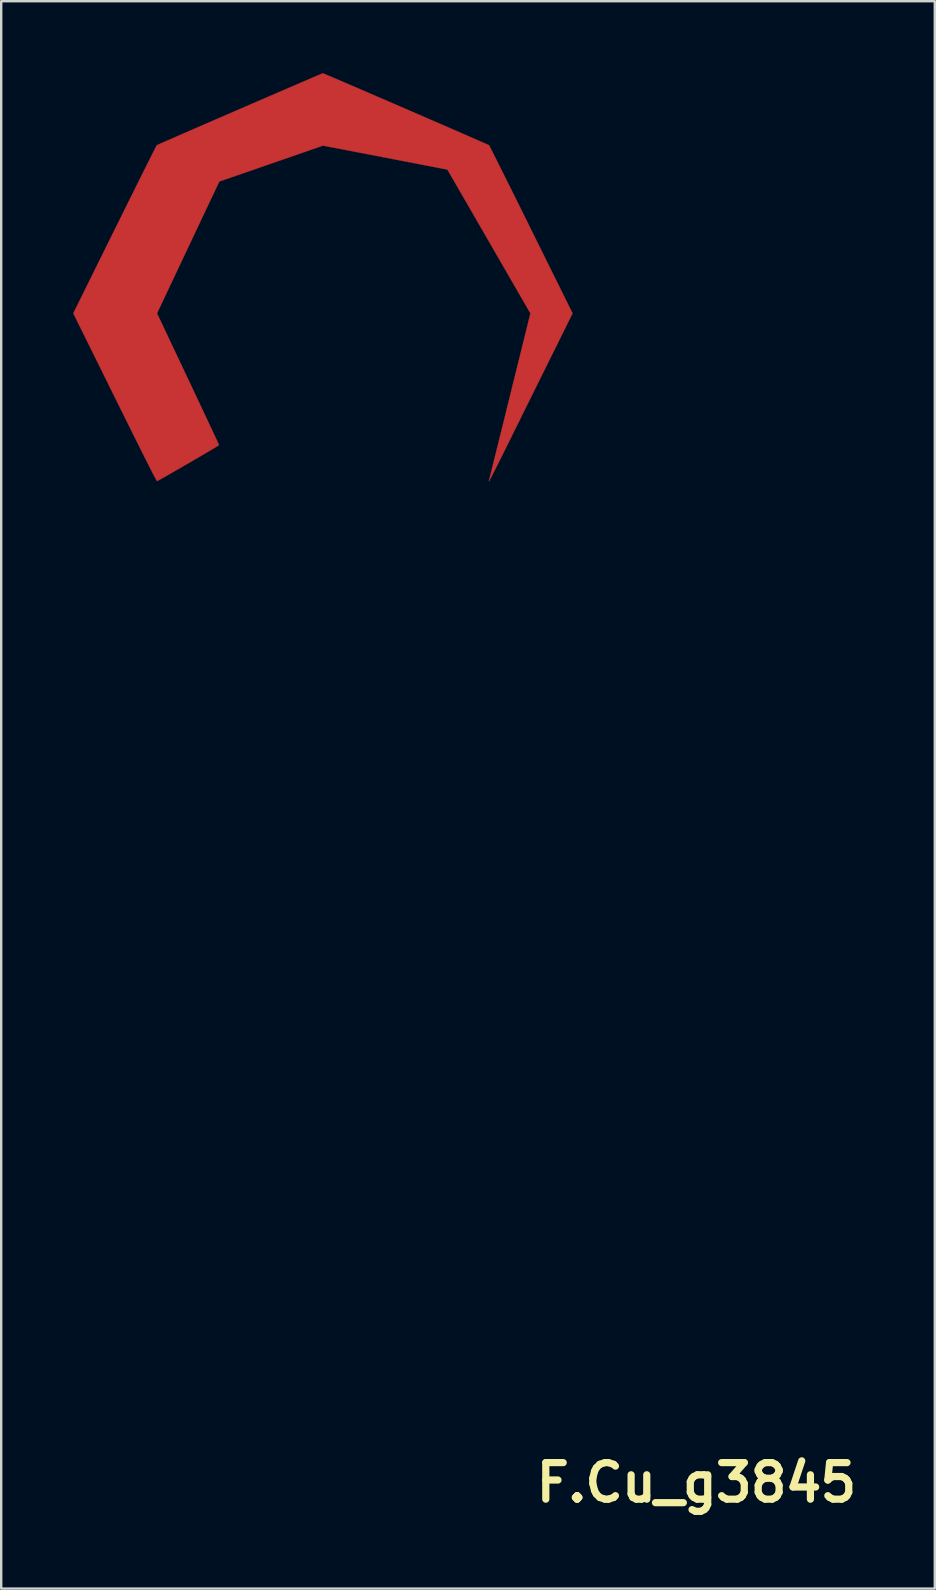
<source format=kicad_pcb>
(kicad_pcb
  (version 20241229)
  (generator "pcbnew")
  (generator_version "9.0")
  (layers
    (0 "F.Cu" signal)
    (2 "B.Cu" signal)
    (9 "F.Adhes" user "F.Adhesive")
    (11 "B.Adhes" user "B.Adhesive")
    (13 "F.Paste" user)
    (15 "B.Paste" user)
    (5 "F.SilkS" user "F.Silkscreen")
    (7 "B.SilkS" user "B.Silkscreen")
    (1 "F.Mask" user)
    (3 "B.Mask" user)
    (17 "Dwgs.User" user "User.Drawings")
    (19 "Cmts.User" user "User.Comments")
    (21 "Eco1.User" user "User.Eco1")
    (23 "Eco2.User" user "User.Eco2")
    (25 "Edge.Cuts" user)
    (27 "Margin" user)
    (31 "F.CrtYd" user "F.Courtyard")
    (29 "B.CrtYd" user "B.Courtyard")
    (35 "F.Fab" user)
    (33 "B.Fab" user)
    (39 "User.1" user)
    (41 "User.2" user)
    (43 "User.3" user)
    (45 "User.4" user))
  (footprint "F.Cu_g3845"
    (layer "F.Cu")
    (at 25.977 58.749)
    (property "Reference" "F.Cu_g3845" (at 0 0 0) (layer "F.SilkS") (effects (font (size 1.524 1.524) (thickness 0.3))))
    (attr through_hole)
    (fp_poly (pts (xy -15.546 -58.736) (xy -15.488 -58.712) (xy -15.395 -58.673) (xy -15.271 -58.62) (xy -15.118 -58.555) (xy -14.937 -58.478) (xy -14.733 -58.39) (xy -14.506 -58.292) (xy -14.259 -58.186) (xy -13.996 -58.073) (xy -13.717 -57.952) (xy -13.426 -57.827) (xy -13.124 -57.696) (xy -12.815 -57.563) (xy -12.5 -57.427) (xy -12.183 -57.289) (xy -11.865 -57.151) (xy -11.549 -57.014) (xy -11.236 -56.879) (xy -10.931 -56.746) (xy -10.634 -56.618) (xy -10.349 -56.494) (xy -10.078 -56.376) (xy -9.823 -56.264) (xy -9.586 -56.161) (xy -9.37 -56.067) (xy -9.177 -55.983) (xy -9.011 -55.91) (xy -8.872 -55.849) (xy -8.764 -55.801) (xy -8.688 -55.767) (xy -8.648 -55.748) (xy -8.642 -55.745) (xy -8.63 -55.724) (xy -8.6 -55.667) (xy -8.554 -55.575) (xy -8.491 -55.451) (xy -8.414 -55.297) (xy -8.322 -55.115) (xy -8.218 -54.906) (xy -8.101 -54.672) (xy -7.973 -54.415) (xy -7.835 -54.137) (xy -7.687 -53.841) (xy -7.531 -53.527) (xy -7.368 -53.198) (xy -7.198 -52.855) (xy -7.023 -52.501) (xy -6.889 -52.23) (xy -5.161 -48.739) (xy -5.99 -47.065) (xy -6.134 -46.776) (xy -6.292 -46.456) (xy -6.463 -46.111) (xy -6.642 -45.75) (xy -6.825 -45.379) (xy -7.011 -45.005) (xy -7.194 -44.634) (xy -7.371 -44.275) (xy -7.54 -43.933) (xy -7.697 -43.617) (xy -7.722 -43.566) (xy -7.85 -43.307) (xy -7.974 -43.058) (xy -8.091 -42.823) (xy -8.2 -42.604) (xy -8.3 -42.404) (xy -8.39 -42.225) (xy -8.469 -42.07) (xy -8.534 -41.942) (xy -8.585 -41.843) (xy -8.621 -41.776) (xy -8.639 -41.744) (xy -8.642 -41.741) (xy -8.652 -41.753) (xy -8.65 -41.757) (xy -8.644 -41.778) (xy -8.629 -41.839) (xy -8.604 -41.937) (xy -8.571 -42.07) (xy -8.529 -42.235) (xy -8.481 -42.43) (xy -8.425 -42.654) (xy -8.363 -42.904) (xy -8.295 -43.178) (xy -8.221 -43.474) (xy -8.143 -43.79) (xy -8.06 -44.124) (xy -7.973 -44.473) (xy -7.884 -44.836) (xy -7.791 -45.21) (xy -7.78 -45.255) (xy -6.919 -48.738) (xy -8.647 -51.732) (xy -8.837 -52.061) (xy -9.021 -52.379) (xy -9.197 -52.685) (xy -9.366 -52.978) (xy -9.526 -53.254) (xy -9.676 -53.513) (xy -9.814 -53.753) (xy -9.94 -53.971) (xy -10.052 -54.165) (xy -10.15 -54.334) (xy -10.232 -54.475) (xy -10.296 -54.587) (xy -10.343 -54.668) (xy -10.371 -54.716) (xy -10.379 -54.73) (xy -10.4 -54.734) (xy -10.46 -54.746) (xy -10.556 -54.765) (xy -10.687 -54.79) (xy -10.849 -54.821) (xy -11.04 -54.858) (xy -11.258 -54.9) (xy -11.5 -54.947) (xy -11.763 -54.998) (xy -12.046 -55.053) (xy -12.345 -55.11) (xy -12.658 -55.171) (xy -12.972 -55.231) (xy -15.562 -55.729) (xy -17.724 -54.981) (xy -19.886 -54.233) (xy -21.145 -51.569) (xy -21.296 -51.251) (xy -21.441 -50.943) (xy -21.581 -50.647) (xy -21.714 -50.365) (xy -21.84 -50.099) (xy -21.957 -49.852) (xy -22.063 -49.626) (xy -22.159 -49.423) (xy -22.243 -49.245) (xy -22.313 -49.096) (xy -22.37 -48.976) (xy -22.411 -48.888) (xy -22.436 -48.835) (xy -22.443 -48.82) (xy -22.481 -48.736) (xy -21.189 -46.002) (xy -21.037 -45.681) (xy -20.891 -45.371) (xy -20.751 -45.073) (xy -20.617 -44.79) (xy -20.492 -44.524) (xy -20.376 -44.277) (xy -20.27 -44.051) (xy -20.175 -43.849) (xy -20.093 -43.672) (xy -20.023 -43.523) (xy -19.968 -43.404) (xy -19.928 -43.316) (xy -19.904 -43.263) (xy -19.897 -43.247) (xy -19.914 -43.234) (xy -19.965 -43.201) (xy -20.046 -43.152) (xy -20.152 -43.088) (xy -20.281 -43.012) (xy -20.429 -42.925) (xy -20.592 -42.829) (xy -20.767 -42.727) (xy -20.95 -42.62) (xy -21.137 -42.511) (xy -21.326 -42.402) (xy -21.511 -42.294) (xy -21.691 -42.191) (xy -21.861 -42.093) (xy -22.017 -42.003) (xy -22.156 -41.924) (xy -22.275 -41.857) (xy -22.37 -41.804) (xy -22.438 -41.767) (xy -22.474 -41.749) (xy -22.478 -41.748) (xy -22.486 -41.755) (xy -22.504 -41.782) (xy -22.531 -41.828) (xy -22.567 -41.895) (xy -22.615 -41.984) (xy -22.674 -42.097) (xy -22.744 -42.235) (xy -22.827 -42.398) (xy -22.923 -42.588) (xy -23.033 -42.807) (xy -23.157 -43.055) (xy -23.296 -43.334) (xy -23.451 -43.645) (xy -23.622 -43.989) (xy -23.809 -44.367) (xy -24.014 -44.781) (xy -24.237 -45.231) (xy -24.242 -45.24) (xy -25.972 -48.74) (xy -24.246 -52.231) (xy -24.067 -52.592) (xy -23.893 -52.943) (xy -23.724 -53.283) (xy -23.563 -53.608) (xy -23.409 -53.918) (xy -23.264 -54.21) (xy -23.128 -54.482) (xy -23.003 -54.733) (xy -22.89 -54.961) (xy -22.788 -55.164) (xy -22.7 -55.339) (xy -22.627 -55.486) (xy -22.568 -55.601) (xy -22.526 -55.684) (xy -22.501 -55.732) (xy -22.494 -55.744) (xy -22.472 -55.755) (xy -22.414 -55.781) (xy -22.322 -55.822) (xy -22.198 -55.877) (xy -22.045 -55.944) (xy -21.865 -56.023) (xy -21.66 -56.112) (xy -21.434 -56.211) (xy -21.187 -56.319) (xy -20.924 -56.433) (xy -20.645 -56.555) (xy -20.354 -56.681) (xy -20.052 -56.812) (xy -19.743 -56.946) (xy -19.429 -57.082) (xy -19.111 -57.22) (xy -18.793 -57.358) (xy -18.477 -57.495) (xy -18.165 -57.63) (xy -17.859 -57.762) (xy -17.562 -57.89) (xy -17.277 -58.013) (xy -17.006 -58.13) (xy -16.75 -58.24) (xy -16.513 -58.342) (xy -16.297 -58.435) (xy -16.105 -58.518) (xy -15.938 -58.589) (xy -15.799 -58.648) (xy -15.69 -58.694) (xy -15.615 -58.726) (xy -15.574 -58.742) (xy -15.568 -58.744) (xy -15.546 -58.736)) (stroke (width 0.01) (type solid)) (fill yes) (layer "F.Cu")))
  (gr_rect
    (start -3 -3)
    (end 35.915 63.167)
    (stroke (width 0.1) (type default))
    (fill no)
    (layer "Edge.Cuts")))
</source>
